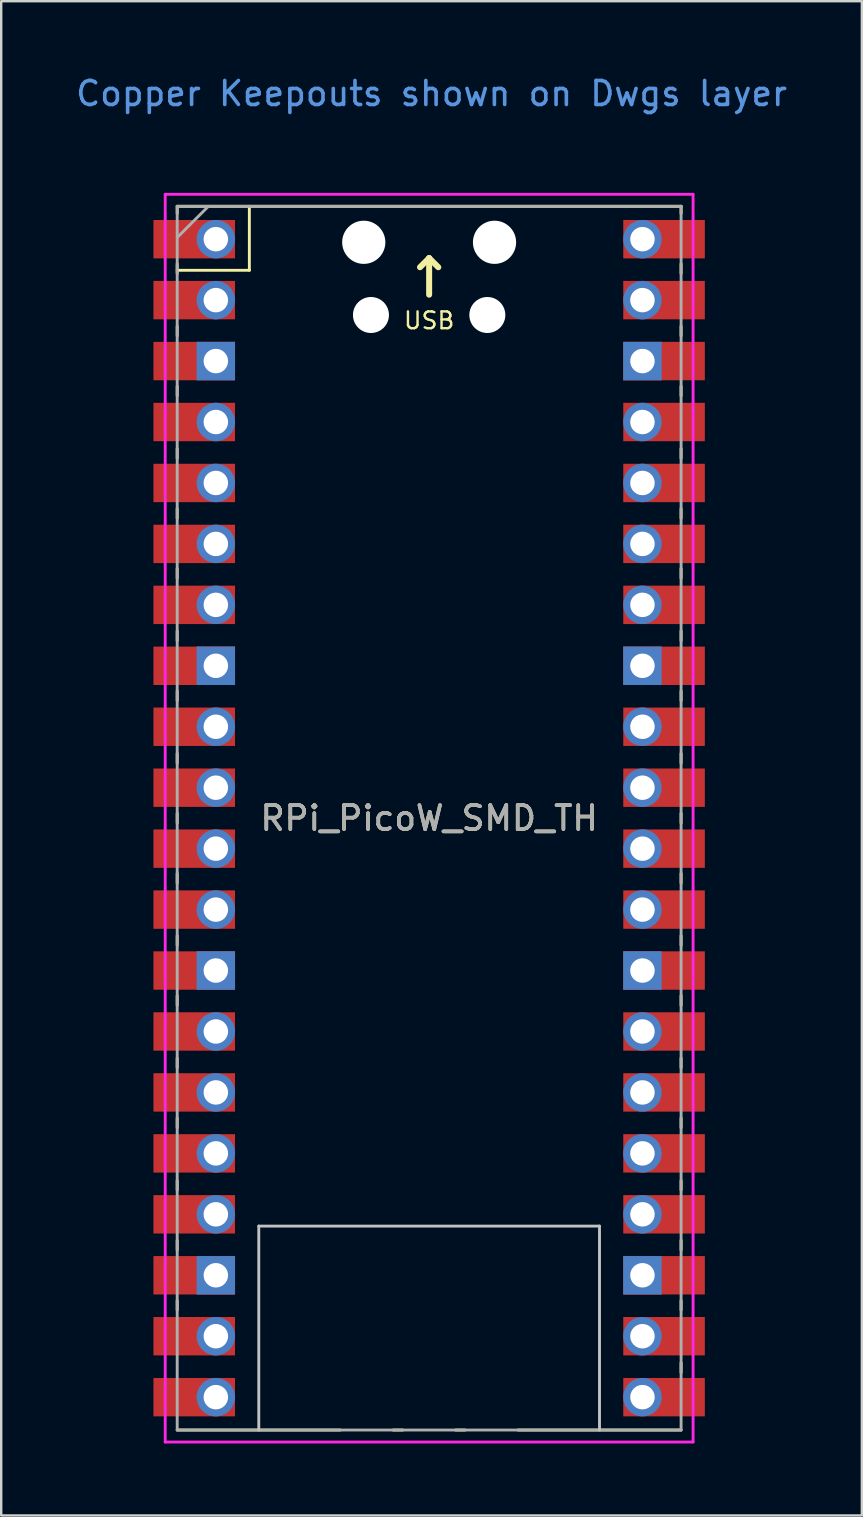
<source format=kicad_pcb>
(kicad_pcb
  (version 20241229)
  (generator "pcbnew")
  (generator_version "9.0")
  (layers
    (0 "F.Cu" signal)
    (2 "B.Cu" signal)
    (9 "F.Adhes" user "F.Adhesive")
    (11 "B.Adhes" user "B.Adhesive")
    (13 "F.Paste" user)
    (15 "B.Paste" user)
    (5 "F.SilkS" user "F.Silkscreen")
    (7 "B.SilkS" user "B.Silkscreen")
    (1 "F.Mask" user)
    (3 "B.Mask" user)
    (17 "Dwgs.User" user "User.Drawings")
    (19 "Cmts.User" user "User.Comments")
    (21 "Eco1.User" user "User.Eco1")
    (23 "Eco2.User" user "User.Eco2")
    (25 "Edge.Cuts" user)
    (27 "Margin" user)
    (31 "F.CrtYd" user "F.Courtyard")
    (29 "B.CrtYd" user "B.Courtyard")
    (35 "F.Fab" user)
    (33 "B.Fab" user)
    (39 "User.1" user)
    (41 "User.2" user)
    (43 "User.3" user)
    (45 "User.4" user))
  (footprint "RPi_PicoW_SMD_TH"
    (layer "F.Cu")
    (at 14.835 31.048)
    (property "Reference" "RPi_PicoW_SMD_TH" (at 0 0 0) (layer "F.SilkS") (effects (font (size 1 1) (thickness 0.15))))
    (attr through_hole)
    (fp_line (start -10.5 -25.5) (end -10.5 -25.2) (stroke (width 0.12) (type solid)) (layer "F.SilkS"))
    (fp_line (start -10.5 -25.5) (end 10.5 -25.5) (stroke (width 0.12) (type solid)) (layer "F.SilkS"))
    (fp_line (start -10.5 -23.1) (end -10.5 -22.7) (stroke (width 0.12) (type solid)) (layer "F.SilkS"))
    (fp_line (start -10.5 -22.833) (end -7.493 -22.833) (stroke (width 0.12) (type solid)) (layer "F.SilkS"))
    (fp_line (start -10.5 -20.5) (end -10.5 -20.1) (stroke (width 0.12) (type solid)) (layer "F.SilkS"))
    (fp_line (start -10.5 -18) (end -10.5 -17.6) (stroke (width 0.12) (type solid)) (layer "F.SilkS"))
    (fp_line (start -10.5 -15.4) (end -10.5 -15) (stroke (width 0.12) (type solid)) (layer "F.SilkS"))
    (fp_line (start -10.5 -12.9) (end -10.5 -12.5) (stroke (width 0.12) (type solid)) (layer "F.SilkS"))
    (fp_line (start -10.5 -10.4) (end -10.5 -10) (stroke (width 0.12) (type solid)) (layer "F.SilkS"))
    (fp_line (start -10.5 -7.8) (end -10.5 -7.4) (stroke (width 0.12) (type solid)) (layer "F.SilkS"))
    (fp_line (start -10.5 -5.3) (end -10.5 -4.9) (stroke (width 0.12) (type solid)) (layer "F.SilkS"))
    (fp_line (start -10.5 -2.7) (end -10.5 -2.3) (stroke (width 0.12) (type solid)) (layer "F.SilkS"))
    (fp_line (start -10.5 -0.2) (end -10.5 0.2) (stroke (width 0.12) (type solid)) (layer "F.SilkS"))
    (fp_line (start -10.5 2.3) (end -10.5 2.7) (stroke (width 0.12) (type solid)) (layer "F.SilkS"))
    (fp_line (start -10.5 4.9) (end -10.5 5.3) (stroke (width 0.12) (type solid)) (layer "F.SilkS"))
    (fp_line (start -10.5 7.4) (end -10.5 7.8) (stroke (width 0.12) (type solid)) (layer "F.SilkS"))
    (fp_line (start -10.5 10) (end -10.5 10.4) (stroke (width 0.12) (type solid)) (layer "F.SilkS"))
    (fp_line (start -10.5 12.5) (end -10.5 12.9) (stroke (width 0.12) (type solid)) (layer "F.SilkS"))
    (fp_line (start -10.5 15.1) (end -10.5 15.5) (stroke (width 0.12) (type solid)) (layer "F.SilkS"))
    (fp_line (start -10.5 17.6) (end -10.5 18) (stroke (width 0.12) (type solid)) (layer "F.SilkS"))
    (fp_line (start -10.5 20.1) (end -10.5 20.5) (stroke (width 0.12) (type solid)) (layer "F.SilkS"))
    (fp_line (start -7.493 -22.833) (end -7.493 -25.5) (stroke (width 0.12) (type solid)) (layer "F.SilkS"))
    (fp_line (start -3.7 25.5) (end -10.5 25.5) (stroke (width 0.12) (type solid)) (layer "F.SilkS"))
    (fp_line (start -1.5 25.5) (end -1.1 25.5) (stroke (width 0.12) (type solid)) (layer "F.SilkS"))
    (fp_line (start 1.1 25.5) (end 1.5 25.5) (stroke (width 0.12) (type solid)) (layer "F.SilkS"))
    (fp_line (start 10.5 -25.5) (end 10.5 -25.2) (stroke (width 0.12) (type solid)) (layer "F.SilkS"))
    (fp_line (start 10.5 -23.1) (end 10.5 -22.7) (stroke (width 0.12) (type solid)) (layer "F.SilkS"))
    (fp_line (start 10.5 -20.5) (end 10.5 -20.1) (stroke (width 0.12) (type solid)) (layer "F.SilkS"))
    (fp_line (start 10.5 -18) (end 10.5 -17.6) (stroke (width 0.12) (type solid)) (layer "F.SilkS"))
    (fp_line (start 10.5 -15.4) (end 10.5 -15) (stroke (width 0.12) (type solid)) (layer "F.SilkS"))
    (fp_line (start 10.5 -12.9) (end 10.5 -12.5) (stroke (width 0.12) (type solid)) (layer "F.SilkS"))
    (fp_line (start 10.5 -10.4) (end 10.5 -10) (stroke (width 0.12) (type solid)) (layer "F.SilkS"))
    (fp_line (start 10.5 -7.8) (end 10.5 -7.4) (stroke (width 0.12) (type solid)) (layer "F.SilkS"))
    (fp_line (start 10.5 -5.3) (end 10.5 -4.9) (stroke (width 0.12) (type solid)) (layer "F.SilkS"))
    (fp_line (start 10.5 -2.7) (end 10.5 -2.3) (stroke (width 0.12) (type solid)) (layer "F.SilkS"))
    (fp_line (start 10.5 -0.2) (end 10.5 0.2) (stroke (width 0.12) (type solid)) (layer "F.SilkS"))
    (fp_line (start 10.5 2.3) (end 10.5 2.7) (stroke (width 0.12) (type solid)) (layer "F.SilkS"))
    (fp_line (start 10.5 4.9) (end 10.5 5.3) (stroke (width 0.12) (type solid)) (layer "F.SilkS"))
    (fp_line (start 10.5 7.4) (end 10.5 7.8) (stroke (width 0.12) (type solid)) (layer "F.SilkS"))
    (fp_line (start 10.5 10) (end 10.5 10.4) (stroke (width 0.12) (type solid)) (layer "F.SilkS"))
    (fp_line (start 10.5 12.5) (end 10.5 12.9) (stroke (width 0.12) (type solid)) (layer "F.SilkS"))
    (fp_line (start 10.5 15.1) (end 10.5 15.5) (stroke (width 0.12) (type solid)) (layer "F.SilkS"))
    (fp_line (start 10.5 17.6) (end 10.5 18) (stroke (width 0.12) (type solid)) (layer "F.SilkS"))
    (fp_line (start 10.5 20.1) (end 10.5 20.5) (stroke (width 0.12) (type solid)) (layer "F.SilkS"))
    (fp_line (start 10.5 22.7) (end 10.5 23.1) (stroke (width 0.12) (type solid)) (layer "F.SilkS"))
    (fp_line (start 10.5 25.5) (end 3.7 25.5) (stroke (width 0.12) (type solid)) (layer "F.SilkS"))
    (fp_line (start -7.1 17) (end 7.1 17) (stroke (width 0.12) (type solid)) (layer "Dwgs.User"))
    (fp_line (start -7.1 25.5) (end -7.1 17) (stroke (width 0.12) (type solid)) (layer "Dwgs.User"))
    (fp_line (start 7.1 17) (end 7.1 25.5) (stroke (width 0.12) (type solid)) (layer "Dwgs.User"))
    (fp_line (start -11 -26) (end 11 -26) (stroke (width 0.12) (type solid)) (layer "F.CrtYd"))
    (fp_line (start -11 26) (end -11 -26) (stroke (width 0.12) (type solid)) (layer "F.CrtYd"))
    (fp_line (start 11 26) (end -11 26) (stroke (width 0.12) (type solid)) (layer "F.CrtYd"))
    (fp_line (start 11 26) (end 11 -26) (stroke (width 0.12) (type solid)) (layer "F.CrtYd"))
    (fp_line (start -10.5 -25.5) (end 10.5 -25.5) (stroke (width 0.12) (type solid)) (layer "F.Fab"))
    (fp_line (start -10.5 -24.2) (end -9.2 -25.5) (stroke (width 0.12) (type solid)) (layer "F.Fab"))
    (fp_line (start -10.5 25.5) (end -10.5 -25.5) (stroke (width 0.12) (type solid)) (layer "F.Fab"))
    (fp_line (start 10.5 -25.5) (end 10.5 25.5) (stroke (width 0.12) (type solid)) (layer "F.Fab"))
    (fp_line (start 10.5 25.5) (end -10.5 25.5) (stroke (width 0.12) (type solid)) (layer "F.Fab"))
    (fp_text user "↑" (at 0 -21.56 0) (unlocked yes) (layer "F.SilkS") (effects (font (size 2 2) (thickness 0.25)) (justify bottom)))
    (fp_text user "USB" (at 0 -20.33 0) (unlocked yes) (layer "F.SilkS") (effects (font (size 0.7 0.7) (thickness 0.1)) (justify bottom)))
    (fp_text user "Copper Keepouts shown on Dwgs layer" (at 0.1 -30.2 0) (layer "Cmts.User") (effects (font (size 1 1) (thickness 0.15))))
    (fp_text user "${REFERENCE}" (at 0 0 180) (layer "F.Fab") (effects (font (size 1 1) (thickness 0.15))))
    (pad "" np_thru_hole oval (at -2.725 -24) (size 1.8 1.8) (drill 1.8) (layers "*.Cu" "*.Mask"))
    (pad "" np_thru_hole oval (at -2.425 -20.97) (size 1.5 1.5) (drill 1.5) (layers "*.Cu" "*.Mask"))
    (pad "" np_thru_hole oval (at 2.425 -20.97) (size 1.5 1.5) (drill 1.5) (layers "*.Cu" "*.Mask"))
    (pad "" np_thru_hole oval (at 2.725 -24) (size 1.8 1.8) (drill 1.8) (layers "*.Cu" "*.Mask"))
    (pad "1" thru_hole oval (at -8.89 -24.13) (size 1.6 1.6) (drill 1.02) (layers "*.Cu" "*.Mask"))
    (pad "1" smd rect (at -8.89 -24.13) (size 3.4 1.6) (drill (offset -0.9 0)) (layers "F.Cu" "F.Mask"))
    (pad "2" thru_hole oval (at -8.89 -21.59) (size 1.6 1.6) (drill 1.02) (layers "*.Cu" "*.Mask"))
    (pad "2" smd rect (at -8.89 -21.59) (size 3.4 1.6) (drill (offset -0.9 0)) (layers "F.Cu" "F.Mask"))
    (pad "3" thru_hole rect (at -8.89 -19.05) (size 1.6 1.6) (drill 1.02) (layers "*.Cu" "*.Mask"))
    (pad "3" smd rect (at -8.89 -19.05) (size 3.4 1.6) (drill (offset -0.9 0)) (layers "F.Cu" "F.Mask"))
    (pad "4" thru_hole oval (at -8.89 -16.51) (size 1.6 1.6) (drill 1.02) (layers "*.Cu" "*.Mask"))
    (pad "4" smd rect (at -8.89 -16.51) (size 3.4 1.6) (drill (offset -0.9 0)) (layers "F.Cu" "F.Mask"))
    (pad "5" thru_hole oval (at -8.89 -13.97) (size 1.6 1.6) (drill 1.02) (layers "*.Cu" "*.Mask"))
    (pad "5" smd rect (at -8.89 -13.97) (size 3.4 1.6) (drill (offset -0.9 0)) (layers "F.Cu" "F.Mask"))
    (pad "6" thru_hole oval (at -8.89 -11.43) (size 1.6 1.6) (drill 1.02) (layers "*.Cu" "*.Mask"))
    (pad "6" smd rect (at -8.89 -11.43) (size 3.4 1.6) (drill (offset -0.9 0)) (layers "F.Cu" "F.Mask"))
    (pad "7" thru_hole oval (at -8.89 -8.89) (size 1.6 1.6) (drill 1.02) (layers "*.Cu" "*.Mask"))
    (pad "7" smd rect (at -8.89 -8.89) (size 3.4 1.6) (drill (offset -0.9 0)) (layers "F.Cu" "F.Mask"))
    (pad "8" thru_hole rect (at -8.89 -6.35) (size 1.6 1.6) (drill 1.02) (layers "*.Cu" "*.Mask"))
    (pad "8" smd rect (at -8.89 -6.35) (size 3.4 1.6) (drill (offset -0.9 0)) (layers "F.Cu" "F.Mask"))
    (pad "9" thru_hole oval (at -8.89 -3.81) (size 1.6 1.6) (drill 1.02) (layers "*.Cu" "*.Mask"))
    (pad "9" smd rect (at -8.89 -3.81) (size 3.4 1.6) (drill (offset -0.9 0)) (layers "F.Cu" "F.Mask"))
    (pad "10" thru_hole oval (at -8.89 -1.27) (size 1.6 1.6) (drill 1.02) (layers "*.Cu" "*.Mask"))
    (pad "10" smd rect (at -8.89 -1.27) (size 3.4 1.6) (drill (offset -0.9 0)) (layers "F.Cu" "F.Mask"))
    (pad "11" thru_hole oval (at -8.89 1.27) (size 1.6 1.6) (drill 1.02) (layers "*.Cu" "*.Mask"))
    (pad "11" smd rect (at -8.89 1.27) (size 3.4 1.6) (drill (offset -0.9 0)) (layers "F.Cu" "F.Mask"))
    (pad "12" thru_hole oval (at -8.89 3.81) (size 1.6 1.6) (drill 1.02) (layers "*.Cu" "*.Mask"))
    (pad "12" smd rect (at -8.89 3.81) (size 3.4 1.6) (drill (offset -0.9 0)) (layers "F.Cu" "F.Mask"))
    (pad "13" thru_hole rect (at -8.89 6.35) (size 1.6 1.6) (drill 1.02) (layers "*.Cu" "*.Mask"))
    (pad "13" smd rect (at -8.89 6.35) (size 3.4 1.6) (drill (offset -0.9 0)) (layers "F.Cu" "F.Mask"))
    (pad "14" thru_hole oval (at -8.89 8.89) (size 1.6 1.6) (drill 1.02) (layers "*.Cu" "*.Mask"))
    (pad "14" smd rect (at -8.89 8.89) (size 3.4 1.6) (drill (offset -0.9 0)) (layers "F.Cu" "F.Mask"))
    (pad "15" thru_hole oval (at -8.89 11.43) (size 1.6 1.6) (drill 1.02) (layers "*.Cu" "*.Mask"))
    (pad "15" smd rect (at -8.89 11.43) (size 3.4 1.6) (drill (offset -0.9 0)) (layers "F.Cu" "F.Mask"))
    (pad "16" thru_hole oval (at -8.89 13.97) (size 1.6 1.6) (drill 1.02) (layers "*.Cu" "*.Mask"))
    (pad "16" smd rect (at -8.89 13.97) (size 3.4 1.6) (drill (offset -0.9 0)) (layers "F.Cu" "F.Mask"))
    (pad "17" thru_hole oval (at -8.89 16.51) (size 1.6 1.6) (drill 1.02) (layers "*.Cu" "*.Mask"))
    (pad "17" smd rect (at -8.89 16.51) (size 3.4 1.6) (drill (offset -0.9 0)) (layers "F.Cu" "F.Mask"))
    (pad "18" thru_hole rect (at -8.89 19.05) (size 1.6 1.6) (drill 1.02) (layers "*.Cu" "*.Mask"))
    (pad "18" smd rect (at -8.89 19.05) (size 3.4 1.6) (drill (offset -0.9 0)) (layers "F.Cu" "F.Mask"))
    (pad "19" thru_hole oval (at -8.89 21.59) (size 1.6 1.6) (drill 1.02) (layers "*.Cu" "*.Mask"))
    (pad "19" smd rect (at -8.89 21.59) (size 3.4 1.6) (drill (offset -0.9 0)) (layers "F.Cu" "F.Mask"))
    (pad "20" thru_hole oval (at -8.89 24.13) (size 1.6 1.6) (drill 1.02) (layers "*.Cu" "*.Mask"))
    (pad "20" smd rect (at -8.89 24.13) (size 3.4 1.6) (drill (offset -0.9 0)) (layers "F.Cu" "F.Mask"))
    (pad "21" thru_hole oval (at 8.89 24.13) (size 1.6 1.6) (drill 1.02) (layers "*.Cu" "*.Mask"))
    (pad "21" smd rect (at 8.89 24.13) (size 3.4 1.6) (drill (offset 0.9 0)) (layers "F.Cu" "F.Mask"))
    (pad "22" thru_hole oval (at 8.89 21.59) (size 1.6 1.6) (drill 1.02) (layers "*.Cu" "*.Mask"))
    (pad "22" smd rect (at 8.89 21.59) (size 3.4 1.6) (drill (offset 0.9 0)) (layers "F.Cu" "F.Mask"))
    (pad "23" thru_hole rect (at 8.89 19.05) (size 1.6 1.6) (drill 1.02) (layers "*.Cu" "*.Mask"))
    (pad "23" smd rect (at 8.89 19.05) (size 3.4 1.6) (drill (offset 0.9 0)) (layers "F.Cu" "F.Mask"))
    (pad "24" thru_hole oval (at 8.89 16.51) (size 1.6 1.6) (drill 1.02) (layers "*.Cu" "*.Mask"))
    (pad "24" smd rect (at 8.89 16.51) (size 3.4 1.6) (drill (offset 0.9 0)) (layers "F.Cu" "F.Mask"))
    (pad "25" thru_hole oval (at 8.89 13.97) (size 1.6 1.6) (drill 1.02) (layers "*.Cu" "*.Mask"))
    (pad "25" smd rect (at 8.89 13.97) (size 3.4 1.6) (drill (offset 0.9 0)) (layers "F.Cu" "F.Mask"))
    (pad "26" thru_hole oval (at 8.89 11.43) (size 1.6 1.6) (drill 1.02) (layers "*.Cu" "*.Mask"))
    (pad "26" smd rect (at 8.89 11.43) (size 3.4 1.6) (drill (offset 0.9 0)) (layers "F.Cu" "F.Mask"))
    (pad "27" thru_hole oval (at 8.89 8.89) (size 1.6 1.6) (drill 1.02) (layers "*.Cu" "*.Mask"))
    (pad "27" smd rect (at 8.89 8.89) (size 3.4 1.6) (drill (offset 0.9 0)) (layers "F.Cu" "F.Mask"))
    (pad "28" thru_hole rect (at 8.89 6.35) (size 1.6 1.6) (drill 1.02) (layers "*.Cu" "*.Mask"))
    (pad "28" smd rect (at 8.89 6.35) (size 3.4 1.6) (drill (offset 0.9 0)) (layers "F.Cu" "F.Mask"))
    (pad "29" thru_hole oval (at 8.89 3.81) (size 1.6 1.6) (drill 1.02) (layers "*.Cu" "*.Mask"))
    (pad "29" smd rect (at 8.89 3.81) (size 3.4 1.6) (drill (offset 0.9 0)) (layers "F.Cu" "F.Mask"))
    (pad "30" thru_hole oval (at 8.89 1.27) (size 1.6 1.6) (drill 1.02) (layers "*.Cu" "*.Mask"))
    (pad "30" smd rect (at 8.89 1.27) (size 3.4 1.6) (drill (offset 0.9 0)) (layers "F.Cu" "F.Mask"))
    (pad "31" thru_hole oval (at 8.89 -1.27) (size 1.6 1.6) (drill 1.02) (layers "*.Cu" "*.Mask"))
    (pad "31" smd rect (at 8.89 -1.27) (size 3.4 1.6) (drill (offset 0.9 0)) (layers "F.Cu" "F.Mask"))
    (pad "32" thru_hole oval (at 8.89 -3.81) (size 1.6 1.6) (drill 1.02) (layers "*.Cu" "*.Mask"))
    (pad "32" smd rect (at 8.89 -3.81) (size 3.4 1.6) (drill (offset 0.9 0)) (layers "F.Cu" "F.Mask"))
    (pad "33" thru_hole rect (at 8.89 -6.35) (size 1.6 1.6) (drill 1.02) (layers "*.Cu" "*.Mask"))
    (pad "33" smd rect (at 8.89 -6.35) (size 3.4 1.6) (drill (offset 0.9 0)) (layers "F.Cu" "F.Mask"))
    (pad "34" thru_hole oval (at 8.89 -8.89) (size 1.6 1.6) (drill 1.02) (layers "*.Cu" "*.Mask"))
    (pad "34" smd rect (at 8.89 -8.89) (size 3.4 1.6) (drill (offset 0.9 0)) (layers "F.Cu" "F.Mask"))
    (pad "35" thru_hole oval (at 8.89 -11.43) (size 1.6 1.6) (drill 1.02) (layers "*.Cu" "*.Mask"))
    (pad "35" smd rect (at 8.89 -11.43) (size 3.4 1.6) (drill (offset 0.9 0)) (layers "F.Cu" "F.Mask"))
    (pad "36" thru_hole oval (at 8.89 -13.97) (size 1.6 1.6) (drill 1.02) (layers "*.Cu" "*.Mask"))
    (pad "36" smd rect (at 8.89 -13.97) (size 3.4 1.6) (drill (offset 0.9 0)) (layers "F.Cu" "F.Mask"))
    (pad "37" thru_hole oval (at 8.89 -16.51) (size 1.6 1.6) (drill 1.02) (layers "*.Cu" "*.Mask"))
    (pad "37" smd rect (at 8.89 -16.51) (size 3.4 1.6) (drill (offset 0.9 0)) (layers "F.Cu" "F.Mask"))
    (pad "38" thru_hole rect (at 8.89 -19.05) (size 1.6 1.6) (drill 1.02) (layers "*.Cu" "*.Mask"))
    (pad "38" smd rect (at 8.89 -19.05) (size 3.4 1.6) (drill (offset 0.9 0)) (layers "F.Cu" "F.Mask"))
    (pad "39" thru_hole oval (at 8.89 -21.59) (size 1.6 1.6) (drill 1.02) (layers "*.Cu" "*.Mask"))
    (pad "39" smd rect (at 8.89 -21.59) (size 3.4 1.6) (drill (offset 0.9 0)) (layers "F.Cu" "F.Mask"))
    (pad "40" thru_hole oval (at 8.89 -24.13) (size 1.6 1.6) (drill 1.02) (layers "*.Cu" "*.Mask"))
    (pad "40" smd rect (at 8.89 -24.13) (size 3.4 1.6) (drill (offset 0.9 0)) (layers "F.Cu" "F.Mask"))
    (zone (net_name "") (layer "F.Cu") (hatch edge 0.5) (connect_pads) (min_thickness 0.25) (filled_areas_thickness no) (keepout (tracks not_allowed) (vias not_allowed) (pads not_allowed) (copperpour not_allowed) (footprints allowed)) (placement (enabled no)) (fill) (polygon (pts (xy 13.335 16.148) (xy 11.335 16.148) (xy 11.335 14.148) (xy 13.335 14.148))))
    (zone (net_name "") (layer "F.Cu") (hatch edge 0.5) (connect_pads) (min_thickness 0.25) (filled_areas_thickness no) (keepout (tracks not_allowed) (vias not_allowed) (pads not_allowed) (copperpour not_allowed) (footprints allowed)) (placement (enabled no)) (fill) (polygon (pts (xy 13.335 18.648) (xy 11.335 18.648) (xy 11.335 16.648) (xy 13.335 16.648))))
    (zone (net_name "") (layer "F.Cu") (hatch edge 0.5) (connect_pads) (min_thickness 0.25) (filled_areas_thickness no) (keepout (tracks not_allowed) (vias not_allowed) (pads not_allowed) (copperpour not_allowed) (footprints allowed)) (placement (enabled no)) (fill) (polygon (pts (xy 13.335 21.148) (xy 11.335 21.148) (xy 11.335 19.148) (xy 13.335 19.148))))
    (zone (net_name "") (layer "F.Cu") (hatch edge 0.5) (connect_pads) (min_thickness 0.25) (filled_areas_thickness no) (keepout (tracks not_allowed) (vias not_allowed) (pads not_allowed) (copperpour not_allowed) (footprints allowed)) (placement (enabled no)) (fill) (polygon (pts (xy 14.145 35.278) (xy 21.895 35.278) (xy 21.895 38.038) (xy 14.145 38.038))))
    (zone (net_name "") (layer "F.Cu") (hatch edge 0.5) (connect_pads) (min_thickness 0.25) (filled_areas_thickness no) (keepout (tracks not_allowed) (vias not_allowed) (pads allowed) (copperpour not_allowed) (footprints allowed)) (placement (enabled no)) (fill) (polygon (pts (xy 18.535 10.848) (xy 11.135 10.848) (xy 11.135 6.148) (xy 18.535 6.148)))))
  (gr_rect
    (start -3 -3)
    (end 32.869 60.108)
    (stroke (width 0.1) (type default))
    (fill no)
    (layer "Edge.Cuts")))
</source>
